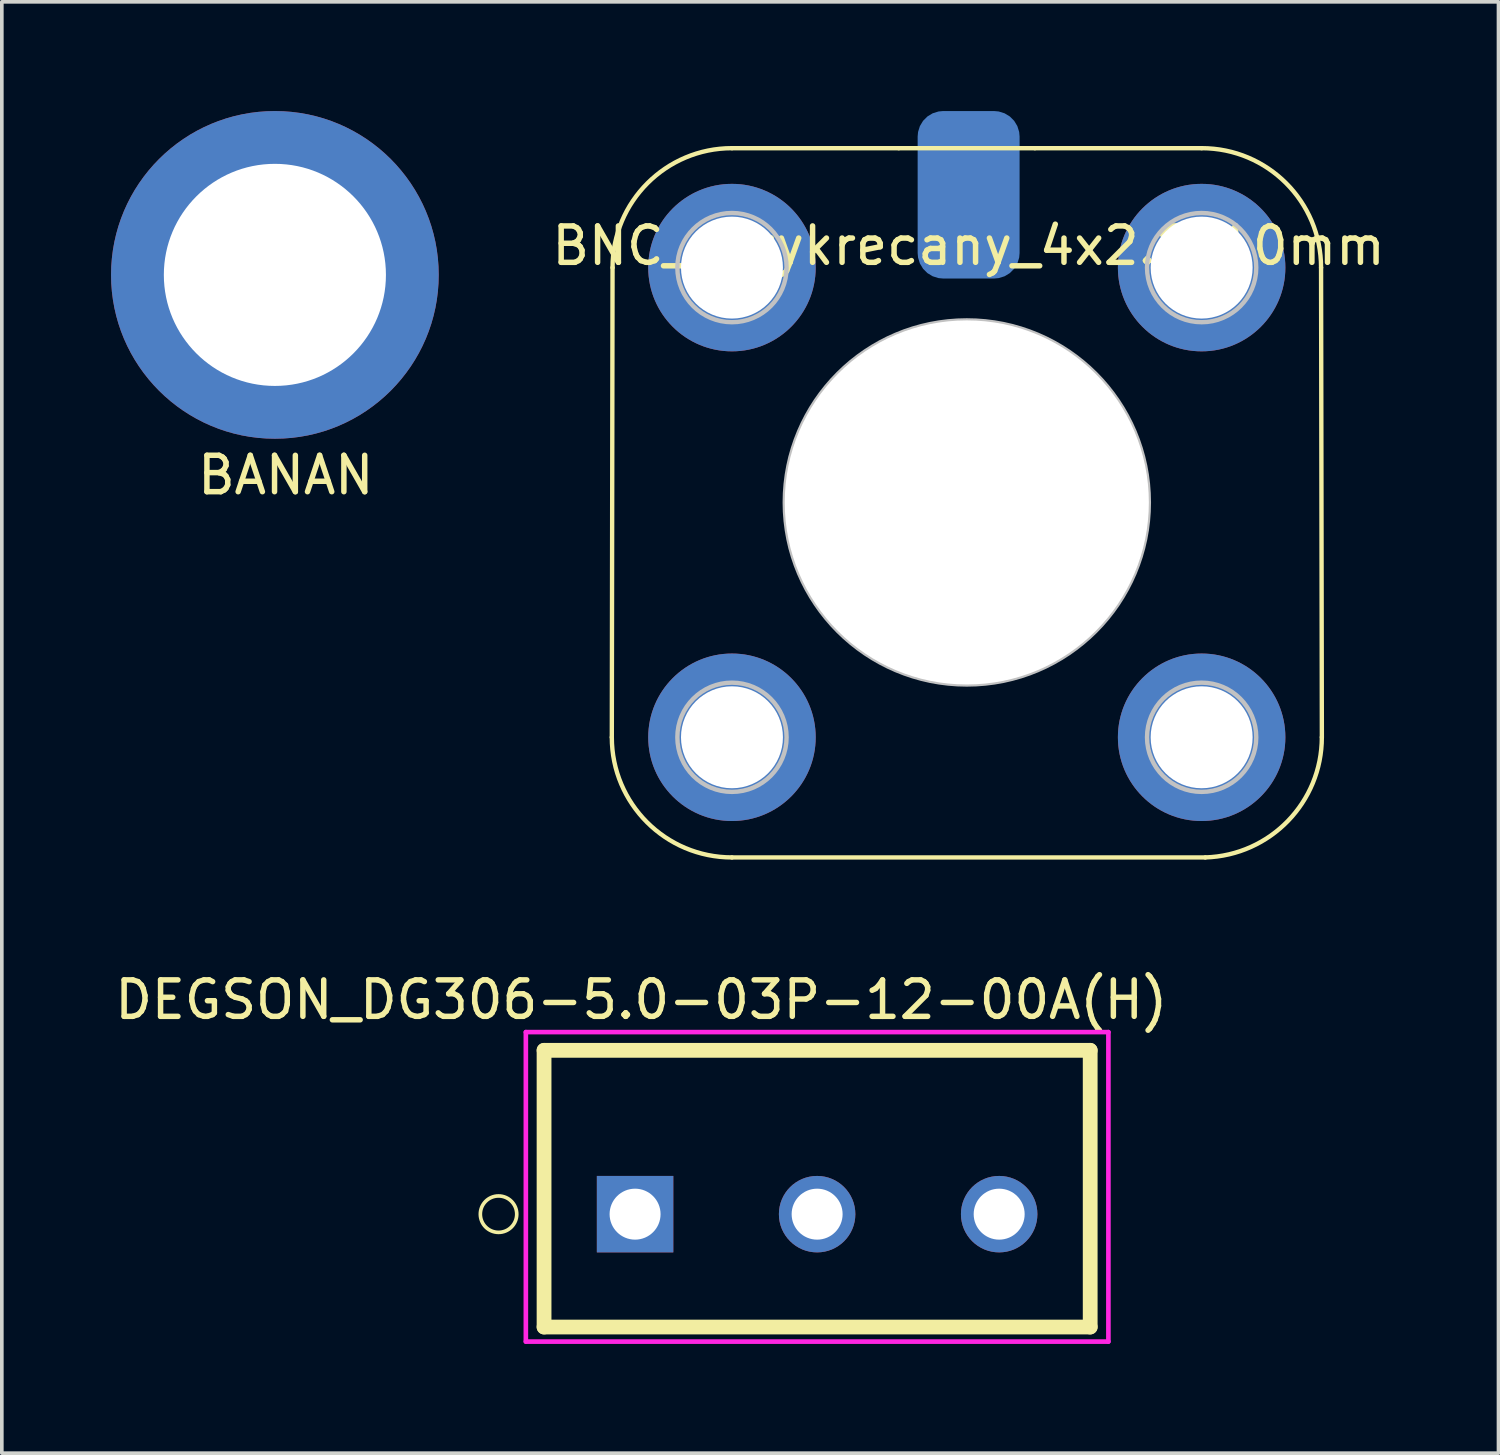
<source format=kicad_pcb>
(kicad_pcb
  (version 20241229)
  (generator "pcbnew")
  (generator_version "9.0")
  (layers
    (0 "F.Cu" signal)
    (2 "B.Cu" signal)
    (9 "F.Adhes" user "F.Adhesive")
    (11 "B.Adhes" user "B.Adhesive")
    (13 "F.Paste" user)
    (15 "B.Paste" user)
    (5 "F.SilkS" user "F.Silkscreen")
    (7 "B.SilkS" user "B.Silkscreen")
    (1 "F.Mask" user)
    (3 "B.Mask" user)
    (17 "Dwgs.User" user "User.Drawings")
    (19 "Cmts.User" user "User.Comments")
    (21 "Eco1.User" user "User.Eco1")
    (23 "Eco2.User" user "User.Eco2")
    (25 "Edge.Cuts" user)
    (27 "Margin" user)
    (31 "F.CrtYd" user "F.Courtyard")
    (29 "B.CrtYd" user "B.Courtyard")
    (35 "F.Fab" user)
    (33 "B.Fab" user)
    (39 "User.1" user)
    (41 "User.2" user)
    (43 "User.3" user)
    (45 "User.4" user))
  (footprint "BNC_przykrecany_4x2.8_10mm"
    (layer "F.Cu")
    (at 14.254 20)
    (property "Reference" "BNC_przykrecany_4x2.8_10mm" (at 9.3 -16.3 0) (layer "F.SilkS") (effects (font (size 1 1) (thickness 0.15))))
    (attr through_hole)
    (fp_line (start -0.48 -15.7) (end -0.5 -2.8) (stroke (width 0.12) (type solid)) (layer "F.SilkS"))
    (fp_line (start 2.8 0.5) (end 15.8 0.5) (stroke (width 0.12) (type solid)) (layer "F.SilkS"))
    (fp_line (start 7.38 -18.98) (end 2.8 -18.98) (stroke (width 0.12) (type solid)) (layer "F.SilkS"))
    (fp_line (start 7.38 -18.98) (end 11.12 -18.98) (stroke (width 0.12) (type solid)) (layer "F.SilkS"))
    (fp_line (start 15.7 -18.98) (end 11.12 -18.98) (stroke (width 0.12) (type solid)) (layer "F.SilkS"))
    (fp_line (start 19.002 -2.8) (end 18.98 -15.7) (stroke (width 0.12) (type solid)) (layer "F.SilkS"))
    (fp_arc (start -0.480243 -15.7) (mid 0.480518 -18.019482) (end 2.8 -18.980243) (stroke (width 0.12) (type solid)) (layer "F.SilkS"))
    (fp_arc (start 2.8 0.5) (mid 0.466548 -0.466548) (end -0.5 -2.8) (stroke (width 0.12) (type solid)) (layer "F.SilkS"))
    (fp_arc (start 15.7 -18.980243) (mid 18.019482 -18.019482) (end 18.980243 -15.7) (stroke (width 0.12) (type solid)) (layer "F.SilkS"))
    (fp_arc (start 19.001513 -2.802056) (mid 18.07033 -0.501842) (end 15.799999 0.499999) (stroke (width 0.12) (type solid)) (layer "F.SilkS"))
    (fp_line (start 9.05 -9.25) (end 9.45 -9.25) (stroke (width 0.12) (type solid)) (layer "Dwgs.User"))
    (fp_line (start 9.25 -9.45) (end 9.25 -9.05) (stroke (width 0.12) (type solid)) (layer "Dwgs.User"))
    (fp_circle (center 2.8 -15.7) (end 2.8 -17.2) (stroke (width 0.12) (type solid)) (fill no) (layer "Dwgs.User"))
    (fp_circle (center 2.8 -2.8) (end 2.8 -4.3) (stroke (width 0.12) (type solid)) (fill no) (layer "Dwgs.User"))
    (fp_circle (center 9.25 -9.25) (end 14.25 -9.25) (stroke (width 0.12) (type solid)) (fill no) (layer "Dwgs.User"))
    (fp_circle (center 15.7 -15.7) (end 15.7 -17.2) (stroke (width 0.12) (type solid)) (fill no) (layer "Dwgs.User"))
    (fp_circle (center 15.7 -2.8) (end 15.7 -4.3) (stroke (width 0.12) (type solid)) (fill no) (layer "Dwgs.User"))
    (pad "" thru_hole circle (at 9.25 -9.25) (size 10 10) (drill 10) (layers "*.Cu" "*.Mask"))
    (pad "1" connect roundrect (at 9.3 -17.7) (size 2.8 4.6) (layers "B.Cu" "B.Mask") (roundrect_rratio 0.25))
    (pad "2" thru_hole circle (at 2.8 -15.7) (size 4.6 4.6) (drill 2.8) (layers "*.Cu" "*.Mask"))
    (pad "2" thru_hole circle (at 2.8 -2.8) (size 4.6 4.6) (drill 2.8) (layers "*.Cu" "*.Mask"))
    (pad "2" thru_hole circle (at 15.7 -15.7) (size 4.6 4.6) (drill 2.8) (layers "*.Cu" "*.Mask"))
    (pad "2" thru_hole circle (at 15.7 -2.8) (size 4.6 4.6) (drill 2.8) (layers "*.Cu" "*.Mask")))
  (footprint "DEGSON_DG306-5.0-03P-12-00A(H)"
    (layer "F.Cu")
    (at 19.393 30.298)
    (property "Reference" "DEGSON_DG306-5.0-03P-12-00A(H)" (at -4.829 -5.889 0) (layer "F.SilkS") (effects (font (size 1.001 1.001) (thickness 0.15))))
    (attr through_hole)
    (fp_line (start -7.5 -4.5) (end -7.5 3.1) (stroke (width 0.406) (type solid)) (layer "F.SilkS"))
    (fp_line (start -7.5 3.1) (end 7.5 3.1) (stroke (width 0.406) (type solid)) (layer "F.SilkS"))
    (fp_line (start 7.5 -4.5) (end -7.5 -4.5) (stroke (width 0.406) (type solid)) (layer "F.SilkS"))
    (fp_line (start 7.5 3.1) (end 7.5 -4.5) (stroke (width 0.406) (type solid)) (layer "F.SilkS"))
    (fp_circle (center -8.75 0) (end -8.25 0) (stroke (width 0.1) (type solid)) (fill no) (layer "F.SilkS"))
    (fp_line (start -8 -5) (end -8 3.5) (stroke (width 0.127) (type solid)) (layer "F.CrtYd"))
    (fp_line (start -8 3.5) (end 8 3.5) (stroke (width 0.127) (type solid)) (layer "F.CrtYd"))
    (fp_line (start 8 -5) (end -8 -5) (stroke (width 0.127) (type solid)) (layer "F.CrtYd"))
    (fp_line (start 8 3.5) (end 8 -5) (stroke (width 0.127) (type solid)) (layer "F.CrtYd"))
    (pad "1" thru_hole rect (at -5 0) (size 2.1 2.1) (drill 1.4) (layers "*.Cu" "*.Mask"))
    (pad "2" thru_hole circle (at 0 0) (size 2.1 2.1) (drill 1.4) (layers "*.Cu" "*.Mask"))
    (pad "3" thru_hole circle (at 5 0) (size 2.1 2.1) (drill 1.4) (layers "*.Cu" "*.Mask")))
  (footprint "BANAN"
    (layer "F.Cu")
    (at 4.5 4.5)
    (property "Reference" "BANAN" (at 0.3 5.5 0) (layer "F.SilkS") (effects (font (size 1 1) (thickness 0.15))))
    (attr through_hole)
    (pad "1" thru_hole circle (at 0 0) (size 9 9) (drill 6.1) (layers "*.Cu" "*.Mask")))
  (gr_rect
    (start -3 -3)
    (end 38.107 36.862)
    (stroke (width 0.1) (type default))
    (fill no)
    (layer "Edge.Cuts")))
</source>
